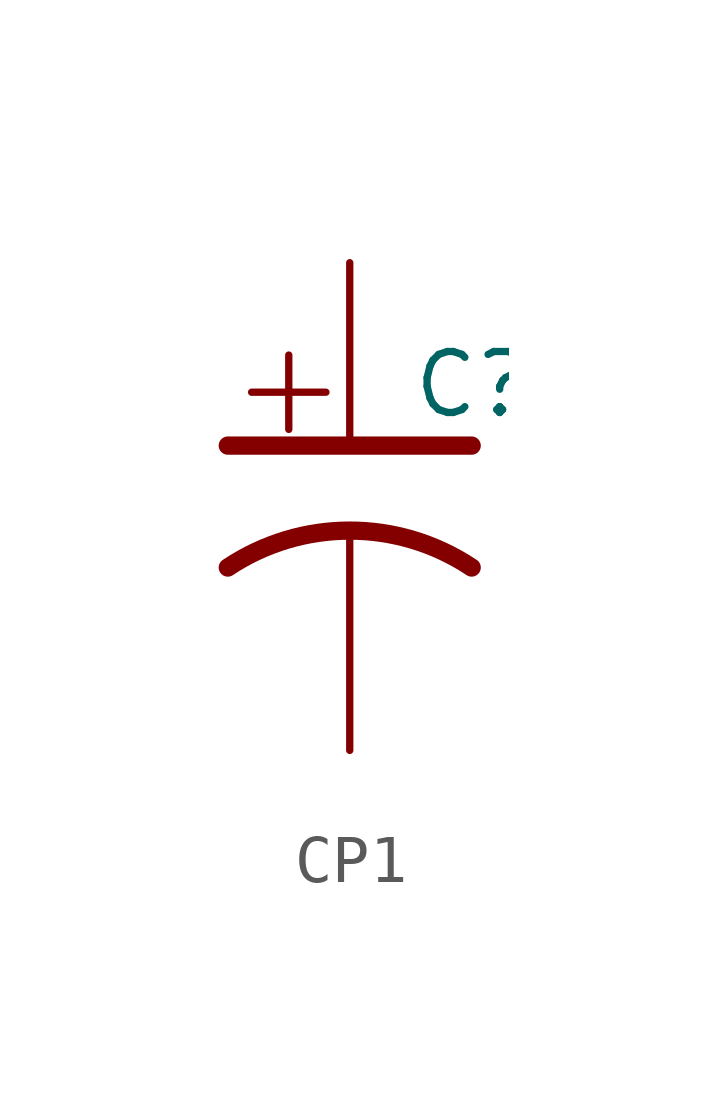
<source format=kicad_sym>
(kicad_symbol_lib
  (version 20211014)
  (generator kicad_symbol_editor)
  (symbol "CP1"
    (pin_numbers hide)
    (pin_names
      (offset 0.254) hide)
    (property "Reference" "C"
      (at 1.27 2.54 0)
      (effects (font (size 1.27 1.27)) (justify left)))
    (property "Footprint" ""
      (at 0 0 0)
      (effects (font (size 1.524 1.524))))
    (property "Datasheet" ""
      (at 0 0 0)
      (effects (font (size 1.524 1.524))))
    (symbol "CP1_0_0"
      (text "+" (at -1.27 2.54 0) (effects (font (size 2.032 2.032)))))
    (symbol "CP1_0_1"
      (polyline (pts (xy -2.54 1.27) (xy 2.54 1.27) (xy 1.27 1.27) (xy 1.27 1.27)) (stroke (width 0.381) (type default) (color 0 0 0 0)) (fill (type none)))
      (arc (start 2.54 -1.27) (mid 0 -0.5009) (end -2.54 -1.27) (stroke (width 0.381) (type default) (color 0 0 0 0)) (fill (type none))))
    (symbol "CP1_1_1"
      (pin passive line (at 0 5.08 270) (length 3.81) (name "~" (effects (font (size 1.016 1.016)))) (number "1" (effects (font (size 1.016 1.016)))))
      (pin passive line (at 0 -5.08 90) (length 4.572) (name "~" (effects (font (size 1.016 1.016)))) (number "2" (effects (font (size 1.016 1.016))))))))
</source>
